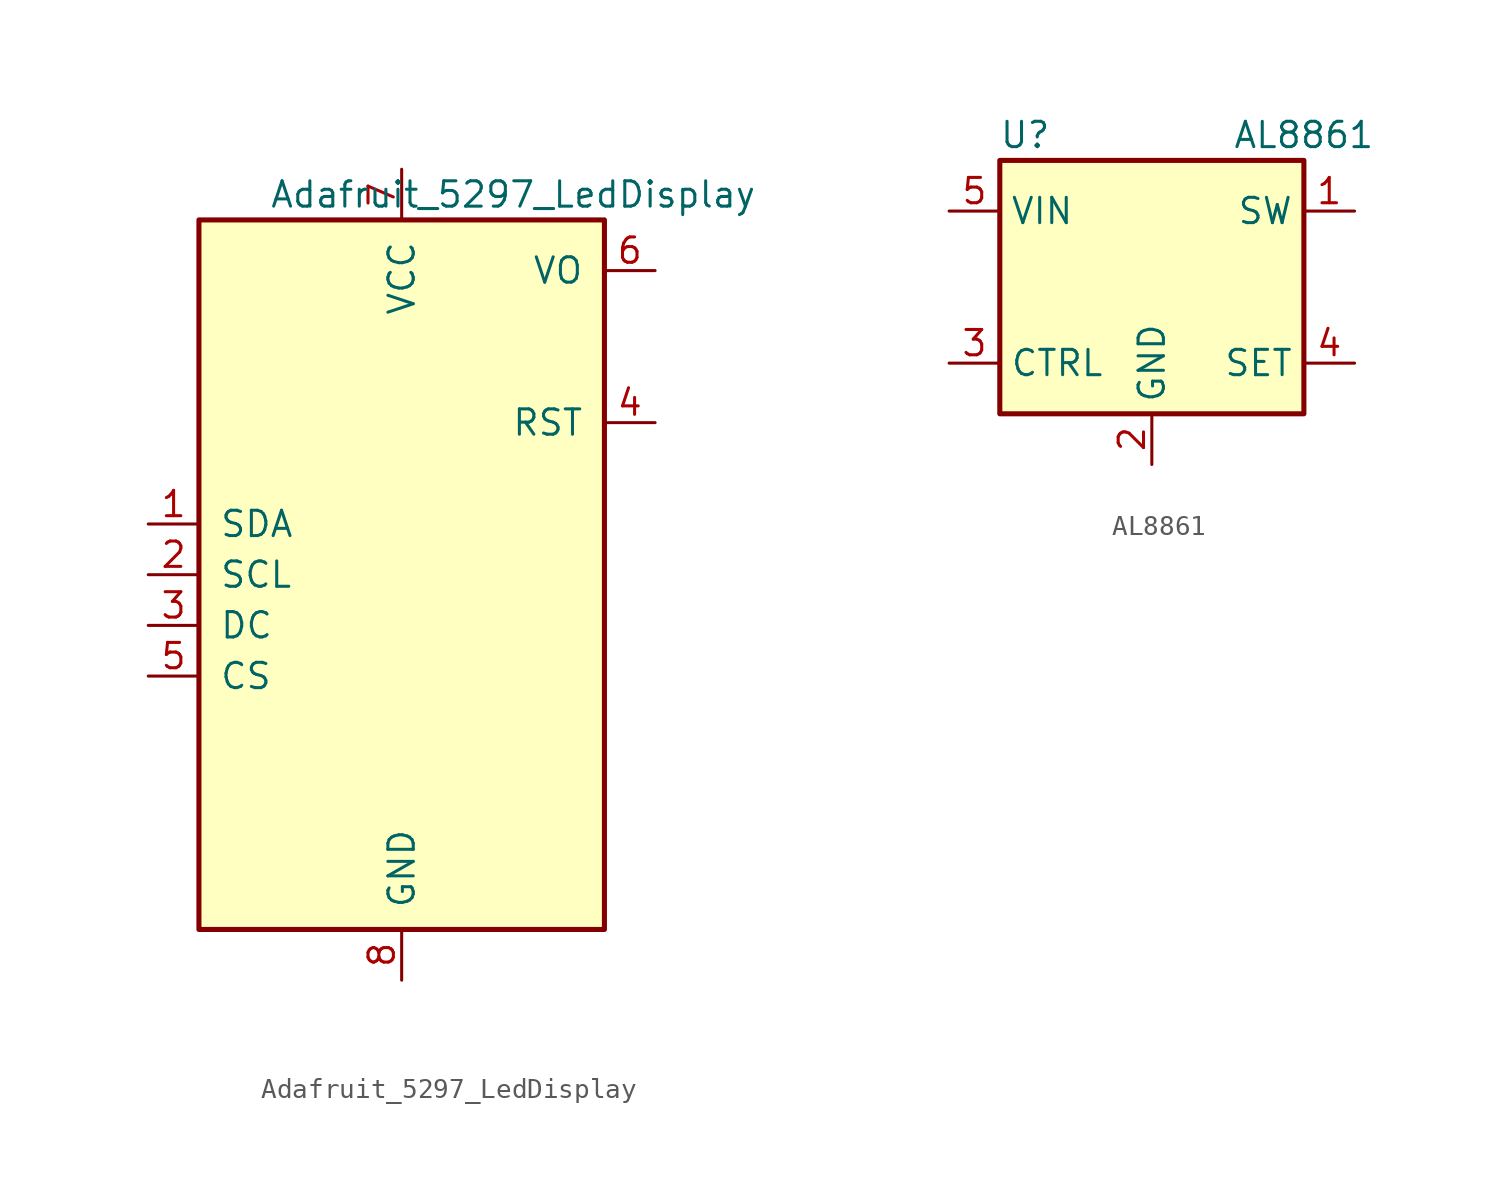
<source format=kicad_sym>
(kicad_symbol_lib
  (version 20231120)
  (generator "kicad_symbol_editor")
  (generator_version "8.0")
  (symbol "Adafruit_5297_LedDisplay"
    (pin_names
      (offset 1.016))
    (property "Reference" "DS"
      (at -8.382 19.05 0)
      (effects (font (size 1.27 1.27)) (hide yes)))
    (property "Value" "Adafruit_5297_LedDisplay"
      (at 5.588 19.05 0)
      (effects (font (size 1.27 1.27))))
    (symbol "Adafruit_5297_LedDisplay_0_1"
      (rectangle (start -10.16 17.78) (end 10.16 -17.78) (stroke (width 0.254) (type default)) (fill (type background))))
    (symbol "Adafruit_5297_LedDisplay_1_1"
      (pin bidirectional line (at -12.7 2.54 0) (length 2.54) (name "SDA" (effects (font (size 1.27 1.27)))) (number "1" (effects (font (size 1.27 1.27)))))
      (pin bidirectional line (at -12.7 0 0) (length 2.54) (name "SCL" (effects (font (size 1.27 1.27)))) (number "2" (effects (font (size 1.27 1.27)))))
      (pin bidirectional line (at -12.7 -2.54 0) (length 2.54) (name "DC" (effects (font (size 1.27 1.27)))) (number "3" (effects (font (size 1.27 1.27)))))
      (pin passive line (at 12.7 7.62 180) (length 2.54) (name "RST" (effects (font (size 1.27 1.27)))) (number "4" (effects (font (size 1.27 1.27)))))
      (pin bidirectional line (at -12.7 -5.08 0) (length 2.54) (name "CS" (effects (font (size 1.27 1.27)))) (number "5" (effects (font (size 1.27 1.27)))))
      (pin passive line (at 12.7 15.24 180) (length 2.54) (name "VO" (effects (font (size 1.27 1.27)))) (number "6" (effects (font (size 1.27 1.27)))))
      (pin power_in line (at 0 20.32 270) (length 2.54) (name "VCC" (effects (font (size 1.27 1.27)))) (number "7" (effects (font (size 1.27 1.27)))))
      (pin power_in line (at 0 -20.32 90) (length 2.54) (name "GND" (effects (font (size 1.27 1.27)))) (number "8" (effects (font (size 1.27 1.27)))))))
  (symbol "AL8861"
    (property "Reference" "U"
      (at -6.35 6.35 0)
      (effects (font (size 1.27 1.27))))
    (property "Value" "AL8861"
      (at 7.62 6.35 0)
      (effects (font (size 1.27 1.27))))
    (symbol "AL8861_0_1"
      (rectangle (start -7.62 5.08) (end 7.62 -7.62) (stroke (width 0.254) (type solid)) (fill (type background))))
    (symbol "AL8861_1_1"
      (pin open_collector line (at 10.16 2.54 180) (length 2.54) (name "SW" (effects (font (size 1.27 1.27)))) (number "1" (effects (font (size 1.27 1.27)))))
      (pin power_in line (at 0 -10.16 90) (length 2.54) (name "GND" (effects (font (size 1.27 1.27)))) (number "2" (effects (font (size 1.27 1.27)))))
      (pin input line (at -10.16 -5.08 0) (length 2.54) (name "CTRL" (effects (font (size 1.27 1.27)))) (number "3" (effects (font (size 1.27 1.27)))))
      (pin input line (at 10.16 -5.08 180) (length 2.54) (name "SET" (effects (font (size 1.27 1.27)))) (number "4" (effects (font (size 1.27 1.27)))))
      (pin power_in line (at -10.16 2.54 0) (length 2.54) (name "VIN" (effects (font (size 1.27 1.27)))) (number "5" (effects (font (size 1.27 1.27))))))))
</source>
